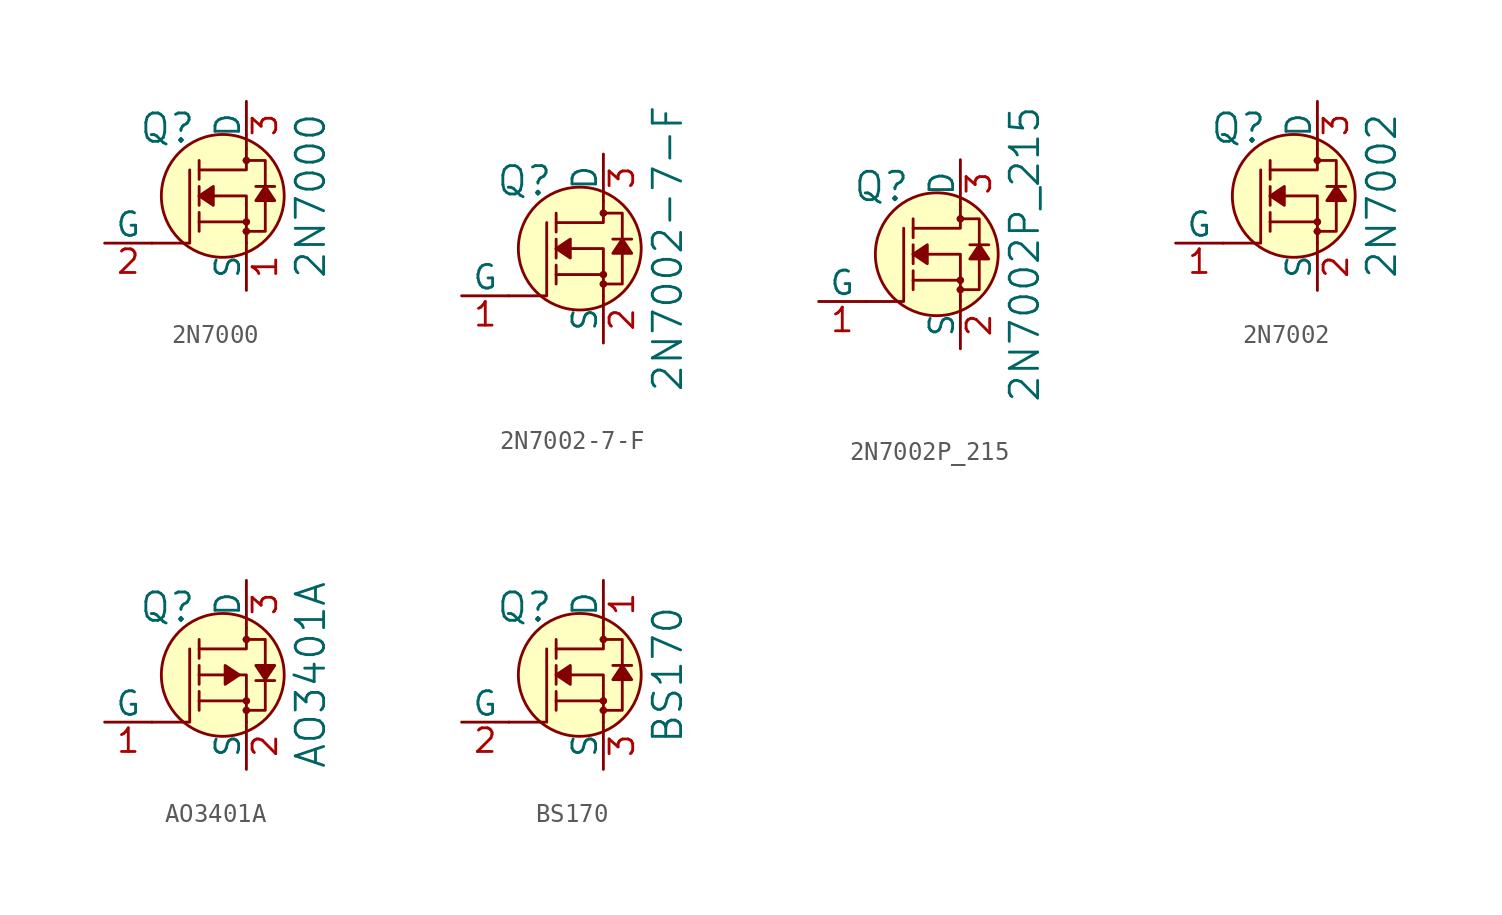
<source format=kicad_sym>
(kicad_symbol_lib
  (version 20231120)
  (generator "kicad_symbol_editor")
  (generator_version "8.0")
  (symbol "2N7000"
    (pin_names
      (offset 0))
    (property "Reference" "Q"
      (at -2.692 3.632 0)
      (effects (font (size 1.524 1.524)) (justify right)))
    (property "Value" "2N7000"
      (at 3.454 0 90)
      (effects (font (size 1.524 1.524))))
    (symbol "2N7000_0_1"
      (circle (center -1.27 0) (radius 3.302) (stroke (width 0) (type default)) (fill (type background)))
      (circle (center 0 -1.905) (radius 0.127) (stroke (width 0) (type default)) (fill (type none)))
      (circle (center 0 -1.397) (radius 0.127) (stroke (width 0) (type default)) (fill (type none)))
      (polyline (pts (xy 0 -1.397) (xy -2.54 -1.397)) (stroke (width 0) (type default)) (fill (type none)))
      (polyline (pts (xy -5.08 -2.54) (xy -3.048 -2.54) (xy -3.048 1.397)) (stroke (width 0) (type default)) (fill (type none)))
      (polyline (pts (xy 0 -2.54) (xy 0 0) (xy -2.54 0)) (stroke (width 0) (type default)) (fill (type none)))
      (polyline (pts (xy 0 2.54) (xy 0 1.397) (xy -2.54 1.397)) (stroke (width 0) (type default)) (fill (type none)))
      (polyline (pts (xy -0.127 -1.905) (xy 1.016 -1.905) (xy 1.016 1.397) (xy 1.016 1.905) (xy -0.127 1.905)) (stroke (width 0) (type default)) (fill (type none)))
      (circle (center 0 1.905) (radius 0.127) (stroke (width 0) (type default)) (fill (type none))))
    (symbol "2N7000_1_1"
      (polyline (pts (xy -2.54 -1.397) (xy -2.54 -1.905)) (stroke (width 0) (type default)) (fill (type none)))
      (polyline (pts (xy -2.54 -1.397) (xy -2.54 -0.889)) (stroke (width 0) (type default)) (fill (type none)))
      (polyline (pts (xy -2.54 0) (xy -2.54 -0.508)) (stroke (width 0) (type default)) (fill (type none)))
      (polyline (pts (xy -2.54 0) (xy -2.54 0.508)) (stroke (width 0) (type default)) (fill (type none)))
      (polyline (pts (xy -2.54 1.905) (xy -2.54 0.889)) (stroke (width 0) (type default)) (fill (type none)))
      (polyline (pts (xy 1.524 0.508) (xy 0.508 0.508)) (stroke (width 0) (type default)) (fill (type none)))
      (polyline (pts (xy -2.54 0) (xy -1.778 0.508) (xy -1.778 -0.508) (xy -2.54 0)) (stroke (width 0) (type default)) (fill (type outline)))
      (polyline (pts (xy 1.016 0.508) (xy 0.508 -0.254) (xy 1.524 -0.254) (xy 1.016 0.508)) (stroke (width 0) (type default)) (fill (type outline)))
      (pin bidirectional line (at 0 -5.08 90) (length 2.54) (name "S" (effects (font (size 1.27 1.27)))) (number "1" (effects (font (size 1.27 1.27)))))
      (pin bidirectional line (at -7.62 -2.54 0) (length 2.54) (name "G" (effects (font (size 1.27 1.27)))) (number "2" (effects (font (size 1.27 1.27)))))
      (pin bidirectional line (at 0 5.08 270) (length 2.54) (name "D" (effects (font (size 1.27 1.27)))) (number "3" (effects (font (size 1.27 1.27)))))))
  (symbol "2N7002-7-F"
    (pin_names
      (offset 0))
    (property "Reference" "Q"
      (at -2.692 3.632 0)
      (effects (font (size 1.524 1.524)) (justify right)))
    (property "Value" "2N7002-7-F"
      (at 3.454 0 90)
      (effects (font (size 1.524 1.524))))
    (symbol "2N7002-7-F_0_1"
      (circle (center -1.27 0) (radius 3.302) (stroke (width 0) (type default)) (fill (type background)))
      (circle (center 0 -1.905) (radius 0.127) (stroke (width 0) (type default)) (fill (type none)))
      (circle (center 0 -1.397) (radius 0.127) (stroke (width 0) (type default)) (fill (type none)))
      (polyline (pts (xy 0 -1.397) (xy -2.54 -1.397)) (stroke (width 0) (type default)) (fill (type none)))
      (polyline (pts (xy -5.08 -2.54) (xy -3.048 -2.54) (xy -3.048 1.397)) (stroke (width 0) (type default)) (fill (type none)))
      (polyline (pts (xy 0 -2.54) (xy 0 0) (xy -2.54 0)) (stroke (width 0) (type default)) (fill (type none)))
      (polyline (pts (xy 0 2.54) (xy 0 1.397) (xy -2.54 1.397)) (stroke (width 0) (type default)) (fill (type none)))
      (polyline (pts (xy -0.127 -1.905) (xy 1.016 -1.905) (xy 1.016 1.397) (xy 1.016 1.905) (xy -0.127 1.905)) (stroke (width 0) (type default)) (fill (type none)))
      (circle (center 0 1.905) (radius 0.127) (stroke (width 0) (type default)) (fill (type none))))
    (symbol "2N7002-7-F_1_1"
      (polyline (pts (xy -2.54 -1.397) (xy -2.54 -1.905)) (stroke (width 0) (type default)) (fill (type none)))
      (polyline (pts (xy -2.54 -1.397) (xy -2.54 -0.889)) (stroke (width 0) (type default)) (fill (type none)))
      (polyline (pts (xy -2.54 0) (xy -2.54 -0.508)) (stroke (width 0) (type default)) (fill (type none)))
      (polyline (pts (xy -2.54 0) (xy -2.54 0.508)) (stroke (width 0) (type default)) (fill (type none)))
      (polyline (pts (xy -2.54 1.905) (xy -2.54 0.889)) (stroke (width 0) (type default)) (fill (type none)))
      (polyline (pts (xy 1.524 0.508) (xy 0.508 0.508)) (stroke (width 0) (type default)) (fill (type none)))
      (polyline (pts (xy -2.54 0) (xy -1.778 0.508) (xy -1.778 -0.508) (xy -2.54 0)) (stroke (width 0) (type default)) (fill (type outline)))
      (polyline (pts (xy 1.016 0.508) (xy 0.508 -0.254) (xy 1.524 -0.254) (xy 1.016 0.508)) (stroke (width 0) (type default)) (fill (type outline)))
      (pin bidirectional line (at -7.62 -2.54 0) (length 2.54) (name "G" (effects (font (size 1.27 1.27)))) (number "1" (effects (font (size 1.27 1.27)))))
      (pin bidirectional line (at 0 -5.08 90) (length 2.54) (name "S" (effects (font (size 1.27 1.27)))) (number "2" (effects (font (size 1.27 1.27)))))
      (pin bidirectional line (at 0 5.08 270) (length 2.54) (name "D" (effects (font (size 1.27 1.27)))) (number "3" (effects (font (size 1.27 1.27)))))))
  (symbol "2N7002P_215"
    (pin_names
      (offset 0))
    (property "Reference" "Q"
      (at -2.692 3.632 0)
      (effects (font (size 1.524 1.524)) (justify right)))
    (property "Value" "2N7002P_215"
      (at 3.454 0 90)
      (effects (font (size 1.524 1.524))))
    (symbol "2N7002P_215_0_1"
      (circle (center -1.27 0) (radius 3.302) (stroke (width 0) (type default)) (fill (type background)))
      (circle (center 0 -1.905) (radius 0.127) (stroke (width 0) (type default)) (fill (type none)))
      (circle (center 0 -1.397) (radius 0.127) (stroke (width 0) (type default)) (fill (type none)))
      (polyline (pts (xy 0 -1.397) (xy -2.54 -1.397)) (stroke (width 0) (type default)) (fill (type none)))
      (polyline (pts (xy -5.08 -2.54) (xy -3.048 -2.54) (xy -3.048 1.397)) (stroke (width 0) (type default)) (fill (type none)))
      (polyline (pts (xy 0 -2.54) (xy 0 0) (xy -2.54 0)) (stroke (width 0) (type default)) (fill (type none)))
      (polyline (pts (xy 0 2.54) (xy 0 1.397) (xy -2.54 1.397)) (stroke (width 0) (type default)) (fill (type none)))
      (polyline (pts (xy -0.127 -1.905) (xy 1.016 -1.905) (xy 1.016 1.397) (xy 1.016 1.905) (xy -0.127 1.905)) (stroke (width 0) (type default)) (fill (type none)))
      (circle (center 0 1.905) (radius 0.127) (stroke (width 0) (type default)) (fill (type none))))
    (symbol "2N7002P_215_1_1"
      (polyline (pts (xy -2.54 -1.397) (xy -2.54 -1.905)) (stroke (width 0) (type default)) (fill (type none)))
      (polyline (pts (xy -2.54 -1.397) (xy -2.54 -0.889)) (stroke (width 0) (type default)) (fill (type none)))
      (polyline (pts (xy -2.54 0) (xy -2.54 -0.508)) (stroke (width 0) (type default)) (fill (type none)))
      (polyline (pts (xy -2.54 0) (xy -2.54 0.508)) (stroke (width 0) (type default)) (fill (type none)))
      (polyline (pts (xy -2.54 1.905) (xy -2.54 0.889)) (stroke (width 0) (type default)) (fill (type none)))
      (polyline (pts (xy 1.524 0.508) (xy 0.508 0.508)) (stroke (width 0) (type default)) (fill (type none)))
      (polyline (pts (xy -2.54 0) (xy -1.778 0.508) (xy -1.778 -0.508) (xy -2.54 0)) (stroke (width 0) (type default)) (fill (type outline)))
      (polyline (pts (xy 1.016 0.508) (xy 0.508 -0.254) (xy 1.524 -0.254) (xy 1.016 0.508)) (stroke (width 0) (type default)) (fill (type outline)))
      (pin bidirectional line (at -7.62 -2.54 0) (length 2.54) (name "G" (effects (font (size 1.27 1.27)))) (number "1" (effects (font (size 1.27 1.27)))))
      (pin bidirectional line (at 0 -5.08 90) (length 2.54) (name "S" (effects (font (size 1.27 1.27)))) (number "2" (effects (font (size 1.27 1.27)))))
      (pin bidirectional line (at 0 5.08 270) (length 2.54) (name "D" (effects (font (size 1.27 1.27)))) (number "3" (effects (font (size 1.27 1.27)))))))
  (symbol "2N7002"
    (pin_names
      (offset 0))
    (property "Reference" "Q"
      (at -2.692 3.632 0)
      (effects (font (size 1.524 1.524)) (justify right)))
    (property "Value" "2N7002"
      (at 3.454 0 90)
      (effects (font (size 1.524 1.524))))
    (symbol "2N7002_0_1"
      (circle (center -1.27 0) (radius 3.302) (stroke (width 0) (type default)) (fill (type background)))
      (circle (center 0 -1.905) (radius 0.127) (stroke (width 0) (type default)) (fill (type none)))
      (circle (center 0 -1.397) (radius 0.127) (stroke (width 0) (type default)) (fill (type none)))
      (polyline (pts (xy 0 -1.397) (xy -2.54 -1.397)) (stroke (width 0) (type default)) (fill (type none)))
      (polyline (pts (xy -5.08 -2.54) (xy -3.048 -2.54) (xy -3.048 1.397)) (stroke (width 0) (type default)) (fill (type none)))
      (polyline (pts (xy 0 -2.54) (xy 0 0) (xy -2.54 0)) (stroke (width 0) (type default)) (fill (type none)))
      (polyline (pts (xy 0 2.54) (xy 0 1.397) (xy -2.54 1.397)) (stroke (width 0) (type default)) (fill (type none)))
      (polyline (pts (xy -0.127 -1.905) (xy 1.016 -1.905) (xy 1.016 1.397) (xy 1.016 1.905) (xy -0.127 1.905)) (stroke (width 0) (type default)) (fill (type none)))
      (circle (center 0 1.905) (radius 0.127) (stroke (width 0) (type default)) (fill (type none))))
    (symbol "2N7002_1_1"
      (polyline (pts (xy -2.54 -1.397) (xy -2.54 -1.905)) (stroke (width 0) (type default)) (fill (type none)))
      (polyline (pts (xy -2.54 -1.397) (xy -2.54 -0.889)) (stroke (width 0) (type default)) (fill (type none)))
      (polyline (pts (xy -2.54 0) (xy -2.54 -0.508)) (stroke (width 0) (type default)) (fill (type none)))
      (polyline (pts (xy -2.54 0) (xy -2.54 0.508)) (stroke (width 0) (type default)) (fill (type none)))
      (polyline (pts (xy -2.54 1.905) (xy -2.54 0.889)) (stroke (width 0) (type default)) (fill (type none)))
      (polyline (pts (xy 1.524 0.508) (xy 0.508 0.508)) (stroke (width 0) (type default)) (fill (type none)))
      (polyline (pts (xy -2.54 0) (xy -1.778 0.508) (xy -1.778 -0.508) (xy -2.54 0)) (stroke (width 0) (type default)) (fill (type outline)))
      (polyline (pts (xy 1.016 0.508) (xy 0.508 -0.254) (xy 1.524 -0.254) (xy 1.016 0.508)) (stroke (width 0) (type default)) (fill (type outline)))
      (pin bidirectional line (at -7.62 -2.54 0) (length 2.54) (name "G" (effects (font (size 1.27 1.27)))) (number "1" (effects (font (size 1.27 1.27)))))
      (pin bidirectional line (at 0 -5.08 90) (length 2.54) (name "S" (effects (font (size 1.27 1.27)))) (number "2" (effects (font (size 1.27 1.27)))))
      (pin bidirectional line (at 0 5.08 270) (length 2.54) (name "D" (effects (font (size 1.27 1.27)))) (number "3" (effects (font (size 1.27 1.27)))))))
  (symbol "AO3401A"
    (pin_names
      (offset 0))
    (property "Reference" "Q"
      (at -2.692 3.632 0)
      (effects (font (size 1.524 1.524)) (justify right)))
    (property "Value" "AO3401A"
      (at 3.454 0 90)
      (effects (font (size 1.524 1.524))))
    (symbol "AO3401A_0_1"
      (circle (center -1.27 0) (radius 3.302) (stroke (width 0) (type default)) (fill (type background)))
      (circle (center 0 -1.905) (radius 0.127) (stroke (width 0) (type default)) (fill (type none)))
      (circle (center 0 -1.397) (radius 0.127) (stroke (width 0) (type default)) (fill (type none)))
      (polyline (pts (xy 0 -1.397) (xy -2.54 -1.397)) (stroke (width 0) (type default)) (fill (type none)))
      (polyline (pts (xy -5.08 -2.54) (xy -3.048 -2.54) (xy -3.048 1.397)) (stroke (width 0) (type default)) (fill (type none)))
      (polyline (pts (xy 0 -2.54) (xy 0 0) (xy -2.54 0)) (stroke (width 0) (type default)) (fill (type none)))
      (polyline (pts (xy 0 2.54) (xy 0 1.397) (xy -2.54 1.397)) (stroke (width 0) (type default)) (fill (type none)))
      (polyline (pts (xy -0.127 -1.905) (xy 1.016 -1.905) (xy 1.016 1.397) (xy 1.016 1.905) (xy -0.127 1.905)) (stroke (width 0) (type default)) (fill (type none)))
      (circle (center 0 1.905) (radius 0.127) (stroke (width 0) (type default)) (fill (type none))))
    (symbol "AO3401A_1_1"
      (polyline (pts (xy -2.54 -1.397) (xy -2.54 -1.905)) (stroke (width 0) (type default)) (fill (type none)))
      (polyline (pts (xy -2.54 -1.397) (xy -2.54 -0.889)) (stroke (width 0) (type default)) (fill (type none)))
      (polyline (pts (xy -2.54 0) (xy -2.54 -0.508)) (stroke (width 0) (type default)) (fill (type none)))
      (polyline (pts (xy -2.54 0) (xy -2.54 0.508)) (stroke (width 0) (type default)) (fill (type none)))
      (polyline (pts (xy -2.54 1.905) (xy -2.54 0.889)) (stroke (width 0) (type default)) (fill (type none)))
      (polyline (pts (xy 1.524 -0.305) (xy 0.508 -0.305)) (stroke (width 0) (type default)) (fill (type none)))
      (polyline (pts (xy -0.381 0) (xy -1.143 0.508) (xy -1.143 -0.508) (xy -0.381 0)) (stroke (width 0) (type default)) (fill (type outline)))
      (polyline (pts (xy 1.016 -0.254) (xy 0.508 0.508) (xy 1.524 0.508) (xy 1.016 -0.254)) (stroke (width 0) (type default)) (fill (type outline)))
      (pin bidirectional line (at -7.62 -2.54 0) (length 2.54) (name "G" (effects (font (size 1.27 1.27)))) (number "1" (effects (font (size 1.27 1.27)))))
      (pin bidirectional line (at 0 -5.08 90) (length 2.54) (name "S" (effects (font (size 1.27 1.27)))) (number "2" (effects (font (size 1.27 1.27)))))
      (pin bidirectional line (at 0 5.08 270) (length 2.54) (name "D" (effects (font (size 1.27 1.27)))) (number "3" (effects (font (size 1.27 1.27)))))))
  (symbol "BS170"
    (pin_names
      (offset 0))
    (property "Reference" "Q"
      (at -2.692 3.632 0)
      (effects (font (size 1.524 1.524)) (justify right)))
    (property "Value" "BS170"
      (at 3.454 0 90)
      (effects (font (size 1.524 1.524))))
    (symbol "BS170_0_1"
      (circle (center -1.27 0) (radius 3.302) (stroke (width 0) (type default)) (fill (type background)))
      (circle (center 0 -1.905) (radius 0.127) (stroke (width 0) (type default)) (fill (type none)))
      (circle (center 0 -1.397) (radius 0.127) (stroke (width 0) (type default)) (fill (type none)))
      (polyline (pts (xy 0 -1.397) (xy -2.54 -1.397)) (stroke (width 0) (type default)) (fill (type none)))
      (polyline (pts (xy -5.08 -2.54) (xy -3.048 -2.54) (xy -3.048 1.397)) (stroke (width 0) (type default)) (fill (type none)))
      (polyline (pts (xy 0 -2.54) (xy 0 0) (xy -2.54 0)) (stroke (width 0) (type default)) (fill (type none)))
      (polyline (pts (xy 0 2.54) (xy 0 1.397) (xy -2.54 1.397)) (stroke (width 0) (type default)) (fill (type none)))
      (polyline (pts (xy -0.127 -1.905) (xy 1.016 -1.905) (xy 1.016 1.397) (xy 1.016 1.905) (xy -0.127 1.905)) (stroke (width 0) (type default)) (fill (type none)))
      (circle (center 0 1.905) (radius 0.127) (stroke (width 0) (type default)) (fill (type none))))
    (symbol "BS170_1_1"
      (polyline (pts (xy -2.54 -1.397) (xy -2.54 -1.905)) (stroke (width 0) (type default)) (fill (type none)))
      (polyline (pts (xy -2.54 -1.397) (xy -2.54 -0.889)) (stroke (width 0) (type default)) (fill (type none)))
      (polyline (pts (xy -2.54 0) (xy -2.54 -0.508)) (stroke (width 0) (type default)) (fill (type none)))
      (polyline (pts (xy -2.54 0) (xy -2.54 0.508)) (stroke (width 0) (type default)) (fill (type none)))
      (polyline (pts (xy -2.54 1.905) (xy -2.54 0.889)) (stroke (width 0) (type default)) (fill (type none)))
      (polyline (pts (xy 1.524 0.508) (xy 0.508 0.508)) (stroke (width 0) (type default)) (fill (type none)))
      (polyline (pts (xy -2.54 0) (xy -1.778 0.508) (xy -1.778 -0.508) (xy -2.54 0)) (stroke (width 0) (type default)) (fill (type outline)))
      (polyline (pts (xy 1.016 0.508) (xy 0.508 -0.254) (xy 1.524 -0.254) (xy 1.016 0.508)) (stroke (width 0) (type default)) (fill (type outline)))
      (pin bidirectional line (at 0 5.08 270) (length 2.54) (name "D" (effects (font (size 1.27 1.27)))) (number "1" (effects (font (size 1.27 1.27)))))
      (pin bidirectional line (at -7.62 -2.54 0) (length 2.54) (name "G" (effects (font (size 1.27 1.27)))) (number "2" (effects (font (size 1.27 1.27)))))
      (pin bidirectional line (at 0 -5.08 90) (length 2.54) (name "S" (effects (font (size 1.27 1.27)))) (number "3" (effects (font (size 1.27 1.27))))))))
</source>
